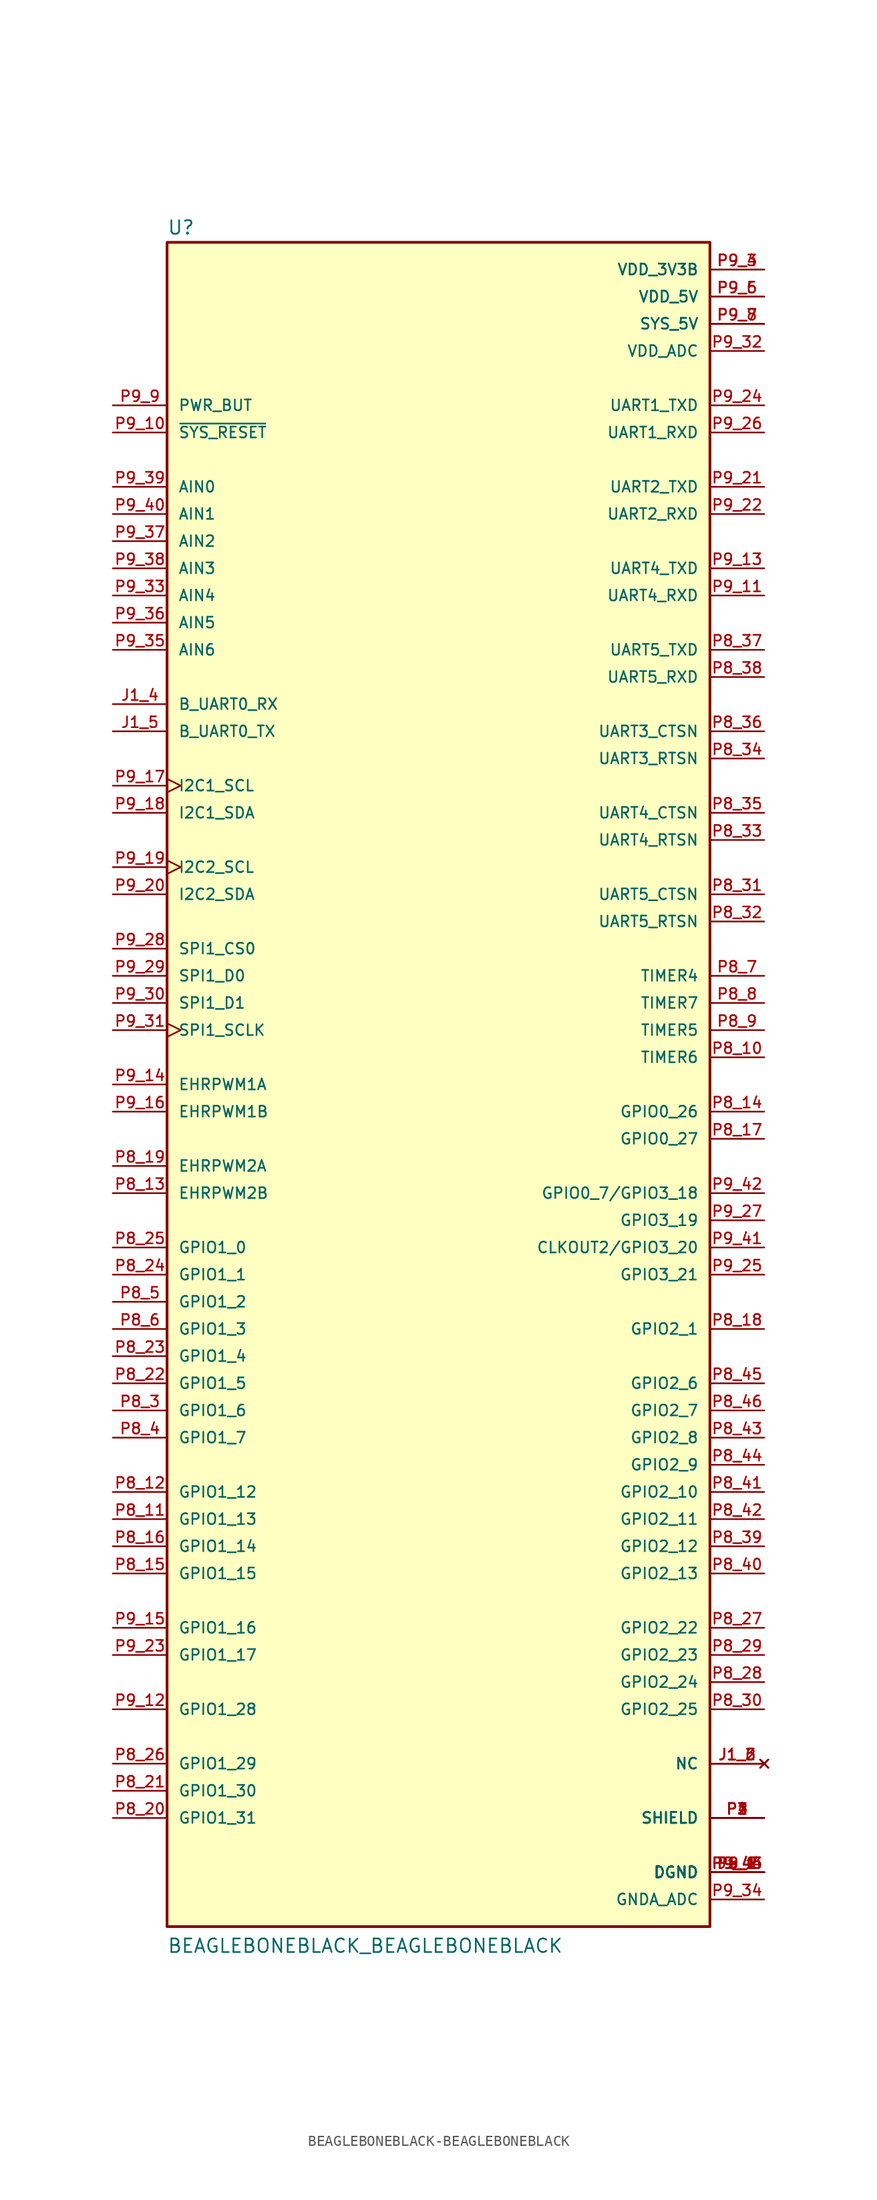
<source format=kicad_sym>
(kicad_symbol_lib
  (version 20220914)
  (generator kicad_symbol_editor)
  (symbol "BEAGLEBONEBLACK-BEAGLEBONEBLACK"
    (pin_names
      (offset 1.016))
    (property "Reference" "U"
      (at -25.4 79.375 0)
      (effects (font (size 1.27 1.27)) (justify left bottom)))
    (property "Value" "BEAGLEBONEBLACK_BEAGLEBONEBLACK"
      (at -25.4 -81.28 0)
      (effects (font (size 1.27 1.27)) (justify left bottom)))
    (symbol "BEAGLEBONEBLACK-BEAGLEBONEBLACK_0_0"
      (rectangle (start -25.4 -78.74) (end 25.4 78.74) (stroke (width 0.254) (type solid)) (fill (type background)))
      (pin power_in line (at 30.48 -73.66 180) (length 5.08) (name "DGND" (effects (font (size 1.016 1.016)))) (number "J1_1" (effects (font (size 1.016 1.016)))))
      (pin no_connect line (at 30.48 -63.5 180) (length 5.08) (name "NC" (effects (font (size 1.016 1.016)))) (number "J1_2" (effects (font (size 1.016 1.016)))))
      (pin no_connect line (at 30.48 -63.5 180) (length 5.08) (name "NC" (effects (font (size 1.016 1.016)))) (number "J1_3" (effects (font (size 1.016 1.016)))))
      (pin bidirectional line (at -30.48 35.56 0) (length 5.08) (name "B_UART0_RX" (effects (font (size 1.016 1.016)))) (number "J1_4" (effects (font (size 1.016 1.016)))))
      (pin bidirectional line (at -30.48 33.02 0) (length 5.08) (name "B_UART0_TX" (effects (font (size 1.016 1.016)))) (number "J1_5" (effects (font (size 1.016 1.016)))))
      (pin no_connect line (at 30.48 -63.5 180) (length 5.08) (name "NC" (effects (font (size 1.016 1.016)))) (number "J1_6" (effects (font (size 1.016 1.016)))))
      (pin passive line (at 30.48 -68.58 180) (length 5.08) (name "SHIELD" (effects (font (size 1.016 1.016)))) (number "P1" (effects (font (size 1.016 1.016)))))
      (pin passive line (at 30.48 -68.58 180) (length 5.08) (name "SHIELD" (effects (font (size 1.016 1.016)))) (number "P2" (effects (font (size 1.016 1.016)))))
      (pin passive line (at 30.48 -68.58 180) (length 5.08) (name "SHIELD" (effects (font (size 1.016 1.016)))) (number "P3" (effects (font (size 1.016 1.016)))))
      (pin passive line (at 30.48 -68.58 180) (length 5.08) (name "SHIELD" (effects (font (size 1.016 1.016)))) (number "P4" (effects (font (size 1.016 1.016)))))
      (pin power_in line (at 30.48 -73.66 180) (length 5.08) (name "DGND" (effects (font (size 1.016 1.016)))) (number "P8_1" (effects (font (size 1.016 1.016)))))
      (pin bidirectional line (at 30.48 2.54 180) (length 5.08) (name "TIMER6" (effects (font (size 1.016 1.016)))) (number "P8_10" (effects (font (size 1.016 1.016)))))
      (pin bidirectional line (at -30.48 -40.64 0) (length 5.08) (name "GPIO1_13" (effects (font (size 1.016 1.016)))) (number "P8_11" (effects (font (size 1.016 1.016)))))
      (pin bidirectional line (at -30.48 -38.1 0) (length 5.08) (name "GPIO1_12" (effects (font (size 1.016 1.016)))) (number "P8_12" (effects (font (size 1.016 1.016)))))
      (pin bidirectional line (at -30.48 -10.16 0) (length 5.08) (name "EHRPWM2B" (effects (font (size 1.016 1.016)))) (number "P8_13" (effects (font (size 1.016 1.016)))))
      (pin bidirectional line (at 30.48 -2.54 180) (length 5.08) (name "GPIO0_26" (effects (font (size 1.016 1.016)))) (number "P8_14" (effects (font (size 1.016 1.016)))))
      (pin bidirectional line (at -30.48 -45.72 0) (length 5.08) (name "GPIO1_15" (effects (font (size 1.016 1.016)))) (number "P8_15" (effects (font (size 1.016 1.016)))))
      (pin bidirectional line (at -30.48 -43.18 0) (length 5.08) (name "GPIO1_14" (effects (font (size 1.016 1.016)))) (number "P8_16" (effects (font (size 1.016 1.016)))))
      (pin bidirectional line (at 30.48 -5.08 180) (length 5.08) (name "GPIO0_27" (effects (font (size 1.016 1.016)))) (number "P8_17" (effects (font (size 1.016 1.016)))))
      (pin bidirectional line (at 30.48 -22.86 180) (length 5.08) (name "GPIO2_1" (effects (font (size 1.016 1.016)))) (number "P8_18" (effects (font (size 1.016 1.016)))))
      (pin bidirectional line (at -30.48 -7.62 0) (length 5.08) (name "EHRPWM2A" (effects (font (size 1.016 1.016)))) (number "P8_19" (effects (font (size 1.016 1.016)))))
      (pin power_in line (at 30.48 -73.66 180) (length 5.08) (name "DGND" (effects (font (size 1.016 1.016)))) (number "P8_2" (effects (font (size 1.016 1.016)))))
      (pin bidirectional line (at -30.48 -68.58 0) (length 5.08) (name "GPIO1_31" (effects (font (size 1.016 1.016)))) (number "P8_20" (effects (font (size 1.016 1.016)))))
      (pin bidirectional line (at -30.48 -66.04 0) (length 5.08) (name "GPIO1_30" (effects (font (size 1.016 1.016)))) (number "P8_21" (effects (font (size 1.016 1.016)))))
      (pin bidirectional line (at -30.48 -27.94 0) (length 5.08) (name "GPIO1_5" (effects (font (size 1.016 1.016)))) (number "P8_22" (effects (font (size 1.016 1.016)))))
      (pin bidirectional line (at -30.48 -25.4 0) (length 5.08) (name "GPIO1_4" (effects (font (size 1.016 1.016)))) (number "P8_23" (effects (font (size 1.016 1.016)))))
      (pin bidirectional line (at -30.48 -17.78 0) (length 5.08) (name "GPIO1_1" (effects (font (size 1.016 1.016)))) (number "P8_24" (effects (font (size 1.016 1.016)))))
      (pin bidirectional line (at -30.48 -15.24 0) (length 5.08) (name "GPIO1_0" (effects (font (size 1.016 1.016)))) (number "P8_25" (effects (font (size 1.016 1.016)))))
      (pin bidirectional line (at -30.48 -63.5 0) (length 5.08) (name "GPIO1_29" (effects (font (size 1.016 1.016)))) (number "P8_26" (effects (font (size 1.016 1.016)))))
      (pin bidirectional line (at 30.48 -50.8 180) (length 5.08) (name "GPIO2_22" (effects (font (size 1.016 1.016)))) (number "P8_27" (effects (font (size 1.016 1.016)))))
      (pin bidirectional line (at 30.48 -55.88 180) (length 5.08) (name "GPIO2_24" (effects (font (size 1.016 1.016)))) (number "P8_28" (effects (font (size 1.016 1.016)))))
      (pin bidirectional line (at 30.48 -53.34 180) (length 5.08) (name "GPIO2_23" (effects (font (size 1.016 1.016)))) (number "P8_29" (effects (font (size 1.016 1.016)))))
      (pin bidirectional line (at -30.48 -30.48 0) (length 5.08) (name "GPIO1_6" (effects (font (size 1.016 1.016)))) (number "P8_3" (effects (font (size 1.016 1.016)))))
      (pin bidirectional line (at 30.48 -58.42 180) (length 5.08) (name "GPIO2_25" (effects (font (size 1.016 1.016)))) (number "P8_30" (effects (font (size 1.016 1.016)))))
      (pin bidirectional line (at 30.48 17.78 180) (length 5.08) (name "UART5_CTSN" (effects (font (size 1.016 1.016)))) (number "P8_31" (effects (font (size 1.016 1.016)))))
      (pin bidirectional line (at 30.48 15.24 180) (length 5.08) (name "UART5_RTSN" (effects (font (size 1.016 1.016)))) (number "P8_32" (effects (font (size 1.016 1.016)))))
      (pin bidirectional line (at 30.48 22.86 180) (length 5.08) (name "UART4_RTSN" (effects (font (size 1.016 1.016)))) (number "P8_33" (effects (font (size 1.016 1.016)))))
      (pin bidirectional line (at 30.48 30.48 180) (length 5.08) (name "UART3_RTSN" (effects (font (size 1.016 1.016)))) (number "P8_34" (effects (font (size 1.016 1.016)))))
      (pin bidirectional line (at 30.48 25.4 180) (length 5.08) (name "UART4_CTSN" (effects (font (size 1.016 1.016)))) (number "P8_35" (effects (font (size 1.016 1.016)))))
      (pin bidirectional line (at 30.48 33.02 180) (length 5.08) (name "UART3_CTSN" (effects (font (size 1.016 1.016)))) (number "P8_36" (effects (font (size 1.016 1.016)))))
      (pin bidirectional line (at 30.48 40.64 180) (length 5.08) (name "UART5_TXD" (effects (font (size 1.016 1.016)))) (number "P8_37" (effects (font (size 1.016 1.016)))))
      (pin bidirectional line (at 30.48 38.1 180) (length 5.08) (name "UART5_RXD" (effects (font (size 1.016 1.016)))) (number "P8_38" (effects (font (size 1.016 1.016)))))
      (pin bidirectional line (at 30.48 -43.18 180) (length 5.08) (name "GPIO2_12" (effects (font (size 1.016 1.016)))) (number "P8_39" (effects (font (size 1.016 1.016)))))
      (pin bidirectional line (at -30.48 -33.02 0) (length 5.08) (name "GPIO1_7" (effects (font (size 1.016 1.016)))) (number "P8_4" (effects (font (size 1.016 1.016)))))
      (pin bidirectional line (at 30.48 -45.72 180) (length 5.08) (name "GPIO2_13" (effects (font (size 1.016 1.016)))) (number "P8_40" (effects (font (size 1.016 1.016)))))
      (pin bidirectional line (at 30.48 -38.1 180) (length 5.08) (name "GPIO2_10" (effects (font (size 1.016 1.016)))) (number "P8_41" (effects (font (size 1.016 1.016)))))
      (pin bidirectional line (at 30.48 -40.64 180) (length 5.08) (name "GPIO2_11" (effects (font (size 1.016 1.016)))) (number "P8_42" (effects (font (size 1.016 1.016)))))
      (pin bidirectional line (at 30.48 -33.02 180) (length 5.08) (name "GPIO2_8" (effects (font (size 1.016 1.016)))) (number "P8_43" (effects (font (size 1.016 1.016)))))
      (pin bidirectional line (at 30.48 -35.56 180) (length 5.08) (name "GPIO2_9" (effects (font (size 1.016 1.016)))) (number "P8_44" (effects (font (size 1.016 1.016)))))
      (pin bidirectional line (at 30.48 -27.94 180) (length 5.08) (name "GPIO2_6" (effects (font (size 1.016 1.016)))) (number "P8_45" (effects (font (size 1.016 1.016)))))
      (pin bidirectional line (at 30.48 -30.48 180) (length 5.08) (name "GPIO2_7" (effects (font (size 1.016 1.016)))) (number "P8_46" (effects (font (size 1.016 1.016)))))
      (pin bidirectional line (at -30.48 -20.32 0) (length 5.08) (name "GPIO1_2" (effects (font (size 1.016 1.016)))) (number "P8_5" (effects (font (size 1.016 1.016)))))
      (pin bidirectional line (at -30.48 -22.86 0) (length 5.08) (name "GPIO1_3" (effects (font (size 1.016 1.016)))) (number "P8_6" (effects (font (size 1.016 1.016)))))
      (pin bidirectional line (at 30.48 10.16 180) (length 5.08) (name "TIMER4" (effects (font (size 1.016 1.016)))) (number "P8_7" (effects (font (size 1.016 1.016)))))
      (pin bidirectional line (at 30.48 7.62 180) (length 5.08) (name "TIMER7" (effects (font (size 1.016 1.016)))) (number "P8_8" (effects (font (size 1.016 1.016)))))
      (pin bidirectional line (at 30.48 5.08 180) (length 5.08) (name "TIMER5" (effects (font (size 1.016 1.016)))) (number "P8_9" (effects (font (size 1.016 1.016)))))
      (pin power_in line (at 30.48 -73.66 180) (length 5.08) (name "DGND" (effects (font (size 1.016 1.016)))) (number "P9_1" (effects (font (size 1.016 1.016)))))
      (pin input line (at -30.48 60.96 0) (length 5.08) (name "~{SYS_RESET}" (effects (font (size 1.016 1.016)))) (number "P9_10" (effects (font (size 1.016 1.016)))))
      (pin bidirectional line (at 30.48 45.72 180) (length 5.08) (name "UART4_RXD" (effects (font (size 1.016 1.016)))) (number "P9_11" (effects (font (size 1.016 1.016)))))
      (pin bidirectional line (at -30.48 -58.42 0) (length 5.08) (name "GPIO1_28" (effects (font (size 1.016 1.016)))) (number "P9_12" (effects (font (size 1.016 1.016)))))
      (pin bidirectional line (at 30.48 48.26 180) (length 5.08) (name "UART4_TXD" (effects (font (size 1.016 1.016)))) (number "P9_13" (effects (font (size 1.016 1.016)))))
      (pin bidirectional line (at -30.48 0 0) (length 5.08) (name "EHRPWM1A" (effects (font (size 1.016 1.016)))) (number "P9_14" (effects (font (size 1.016 1.016)))))
      (pin bidirectional line (at -30.48 -50.8 0) (length 5.08) (name "GPIO1_16" (effects (font (size 1.016 1.016)))) (number "P9_15" (effects (font (size 1.016 1.016)))))
      (pin bidirectional line (at -30.48 -2.54 0) (length 5.08) (name "EHRPWM1B" (effects (font (size 1.016 1.016)))) (number "P9_16" (effects (font (size 1.016 1.016)))))
      (pin bidirectional clock (at -30.48 27.94 0) (length 5.08) (name "I2C1_SCL" (effects (font (size 1.016 1.016)))) (number "P9_17" (effects (font (size 1.016 1.016)))))
      (pin bidirectional line (at -30.48 25.4 0) (length 5.08) (name "I2C1_SDA" (effects (font (size 1.016 1.016)))) (number "P9_18" (effects (font (size 1.016 1.016)))))
      (pin bidirectional clock (at -30.48 20.32 0) (length 5.08) (name "I2C2_SCL" (effects (font (size 1.016 1.016)))) (number "P9_19" (effects (font (size 1.016 1.016)))))
      (pin power_in line (at 30.48 -73.66 180) (length 5.08) (name "DGND" (effects (font (size 1.016 1.016)))) (number "P9_2" (effects (font (size 1.016 1.016)))))
      (pin bidirectional line (at -30.48 17.78 0) (length 5.08) (name "I2C2_SDA" (effects (font (size 1.016 1.016)))) (number "P9_20" (effects (font (size 1.016 1.016)))))
      (pin bidirectional line (at 30.48 55.88 180) (length 5.08) (name "UART2_TXD" (effects (font (size 1.016 1.016)))) (number "P9_21" (effects (font (size 1.016 1.016)))))
      (pin bidirectional line (at 30.48 53.34 180) (length 5.08) (name "UART2_RXD" (effects (font (size 1.016 1.016)))) (number "P9_22" (effects (font (size 1.016 1.016)))))
      (pin bidirectional line (at -30.48 -53.34 0) (length 5.08) (name "GPIO1_17" (effects (font (size 1.016 1.016)))) (number "P9_23" (effects (font (size 1.016 1.016)))))
      (pin bidirectional line (at 30.48 63.5 180) (length 5.08) (name "UART1_TXD" (effects (font (size 1.016 1.016)))) (number "P9_24" (effects (font (size 1.016 1.016)))))
      (pin bidirectional line (at 30.48 -17.78 180) (length 5.08) (name "GPIO3_21" (effects (font (size 1.016 1.016)))) (number "P9_25" (effects (font (size 1.016 1.016)))))
      (pin bidirectional line (at 30.48 60.96 180) (length 5.08) (name "UART1_RXD" (effects (font (size 1.016 1.016)))) (number "P9_26" (effects (font (size 1.016 1.016)))))
      (pin bidirectional line (at 30.48 -12.7 180) (length 5.08) (name "GPIO3_19" (effects (font (size 1.016 1.016)))) (number "P9_27" (effects (font (size 1.016 1.016)))))
      (pin bidirectional line (at -30.48 12.7 0) (length 5.08) (name "SPI1_CS0" (effects (font (size 1.016 1.016)))) (number "P9_28" (effects (font (size 1.016 1.016)))))
      (pin bidirectional line (at -30.48 10.16 0) (length 5.08) (name "SPI1_D0" (effects (font (size 1.016 1.016)))) (number "P9_29" (effects (font (size 1.016 1.016)))))
      (pin power_in line (at 30.48 76.2 180) (length 5.08) (name "VDD_3V3B" (effects (font (size 1.016 1.016)))) (number "P9_3" (effects (font (size 1.016 1.016)))))
      (pin bidirectional line (at -30.48 7.62 0) (length 5.08) (name "SPI1_D1" (effects (font (size 1.016 1.016)))) (number "P9_30" (effects (font (size 1.016 1.016)))))
      (pin bidirectional clock (at -30.48 5.08 0) (length 5.08) (name "SPI1_SCLK" (effects (font (size 1.016 1.016)))) (number "P9_31" (effects (font (size 1.016 1.016)))))
      (pin power_in line (at 30.48 68.58 180) (length 5.08) (name "VDD_ADC" (effects (font (size 1.016 1.016)))) (number "P9_32" (effects (font (size 1.016 1.016)))))
      (pin input line (at -30.48 45.72 0) (length 5.08) (name "AIN4" (effects (font (size 1.016 1.016)))) (number "P9_33" (effects (font (size 1.016 1.016)))))
      (pin power_in line (at 30.48 -76.2 180) (length 5.08) (name "GNDA_ADC" (effects (font (size 1.016 1.016)))) (number "P9_34" (effects (font (size 1.016 1.016)))))
      (pin input line (at -30.48 40.64 0) (length 5.08) (name "AIN6" (effects (font (size 1.016 1.016)))) (number "P9_35" (effects (font (size 1.016 1.016)))))
      (pin input line (at -30.48 43.18 0) (length 5.08) (name "AIN5" (effects (font (size 1.016 1.016)))) (number "P9_36" (effects (font (size 1.016 1.016)))))
      (pin input line (at -30.48 50.8 0) (length 5.08) (name "AIN2" (effects (font (size 1.016 1.016)))) (number "P9_37" (effects (font (size 1.016 1.016)))))
      (pin input line (at -30.48 48.26 0) (length 5.08) (name "AIN3" (effects (font (size 1.016 1.016)))) (number "P9_38" (effects (font (size 1.016 1.016)))))
      (pin input line (at -30.48 55.88 0) (length 5.08) (name "AIN0" (effects (font (size 1.016 1.016)))) (number "P9_39" (effects (font (size 1.016 1.016)))))
      (pin power_in line (at 30.48 76.2 180) (length 5.08) (name "VDD_3V3B" (effects (font (size 1.016 1.016)))) (number "P9_4" (effects (font (size 1.016 1.016)))))
      (pin input line (at -30.48 53.34 0) (length 5.08) (name "AIN1" (effects (font (size 1.016 1.016)))) (number "P9_40" (effects (font (size 1.016 1.016)))))
      (pin bidirectional line (at 30.48 -15.24 180) (length 5.08) (name "CLKOUT2/GPIO3_20" (effects (font (size 1.016 1.016)))) (number "P9_41" (effects (font (size 1.016 1.016)))))
      (pin bidirectional line (at 30.48 -10.16 180) (length 5.08) (name "GPIO0_7/GPIO3_18" (effects (font (size 1.016 1.016)))) (number "P9_42" (effects (font (size 1.016 1.016)))))
      (pin power_in line (at 30.48 -73.66 180) (length 5.08) (name "DGND" (effects (font (size 1.016 1.016)))) (number "P9_43" (effects (font (size 1.016 1.016)))))
      (pin power_in line (at 30.48 -73.66 180) (length 5.08) (name "DGND" (effects (font (size 1.016 1.016)))) (number "P9_44" (effects (font (size 1.016 1.016)))))
      (pin power_in line (at 30.48 -73.66 180) (length 5.08) (name "DGND" (effects (font (size 1.016 1.016)))) (number "P9_45" (effects (font (size 1.016 1.016)))))
      (pin power_in line (at 30.48 -73.66 180) (length 5.08) (name "DGND" (effects (font (size 1.016 1.016)))) (number "P9_46" (effects (font (size 1.016 1.016)))))
      (pin power_in line (at 30.48 73.66 180) (length 5.08) (name "VDD_5V" (effects (font (size 1.016 1.016)))) (number "P9_5" (effects (font (size 1.016 1.016)))))
      (pin power_in line (at 30.48 73.66 180) (length 5.08) (name "VDD_5V" (effects (font (size 1.016 1.016)))) (number "P9_6" (effects (font (size 1.016 1.016)))))
      (pin power_in line (at 30.48 71.12 180) (length 5.08) (name "SYS_5V" (effects (font (size 1.016 1.016)))) (number "P9_7" (effects (font (size 1.016 1.016)))))
      (pin power_in line (at 30.48 71.12 180) (length 5.08) (name "SYS_5V" (effects (font (size 1.016 1.016)))) (number "P9_8" (effects (font (size 1.016 1.016)))))
      (pin input line (at -30.48 63.5 0) (length 5.08) (name "PWR_BUT" (effects (font (size 1.016 1.016)))) (number "P9_9" (effects (font (size 1.016 1.016))))))))
</source>
